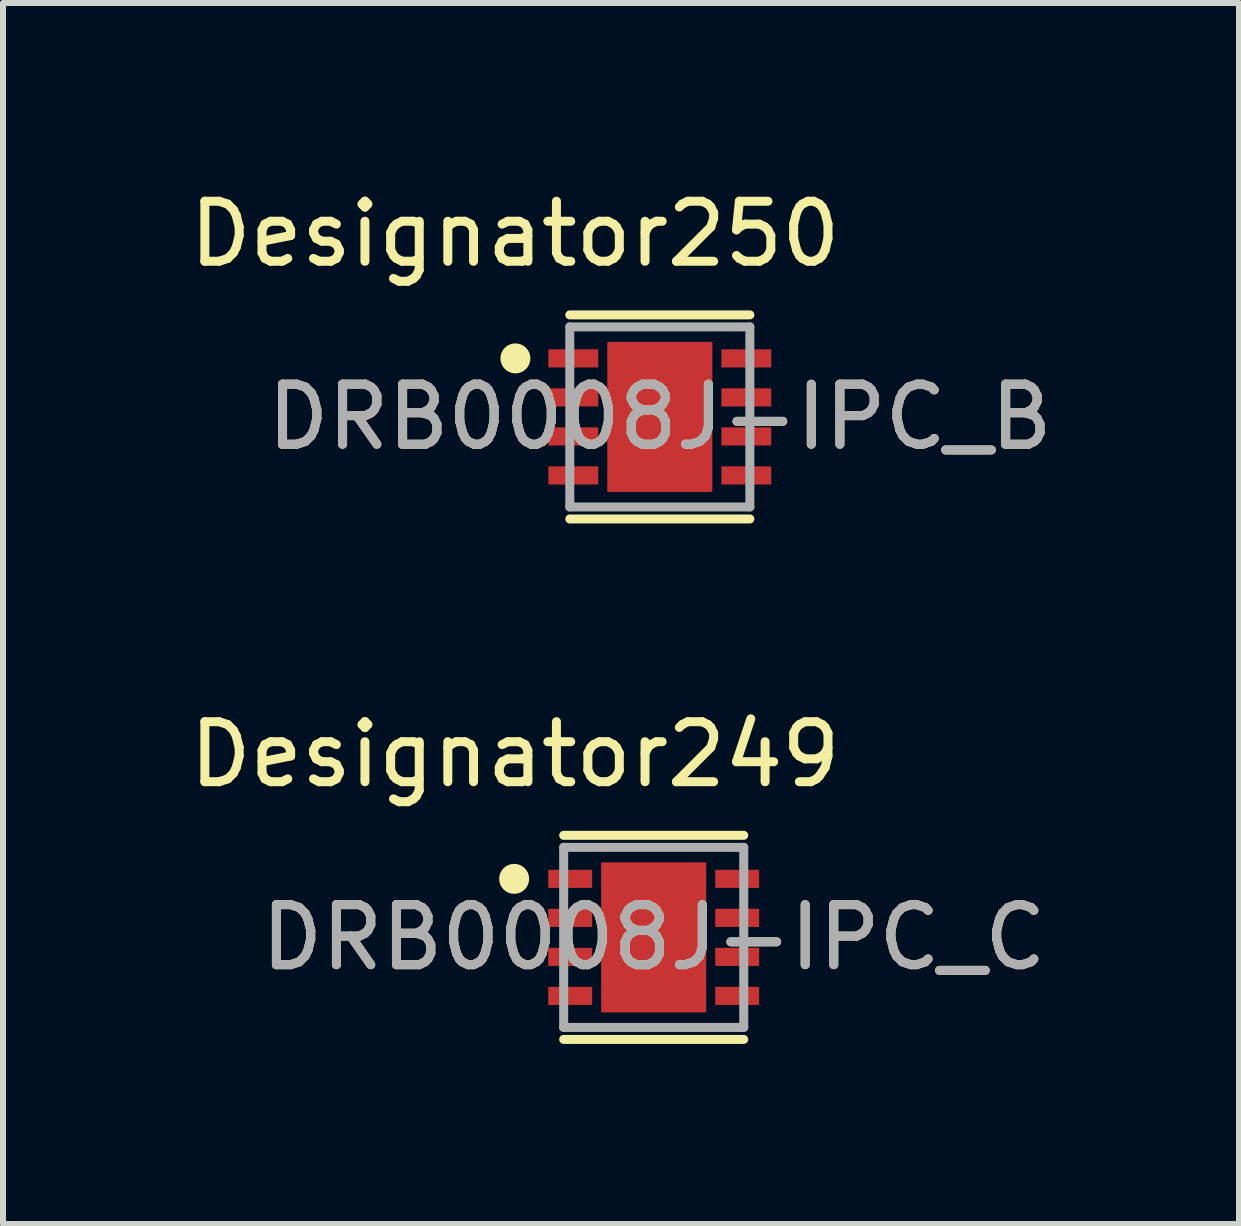
<source format=kicad_pcb>
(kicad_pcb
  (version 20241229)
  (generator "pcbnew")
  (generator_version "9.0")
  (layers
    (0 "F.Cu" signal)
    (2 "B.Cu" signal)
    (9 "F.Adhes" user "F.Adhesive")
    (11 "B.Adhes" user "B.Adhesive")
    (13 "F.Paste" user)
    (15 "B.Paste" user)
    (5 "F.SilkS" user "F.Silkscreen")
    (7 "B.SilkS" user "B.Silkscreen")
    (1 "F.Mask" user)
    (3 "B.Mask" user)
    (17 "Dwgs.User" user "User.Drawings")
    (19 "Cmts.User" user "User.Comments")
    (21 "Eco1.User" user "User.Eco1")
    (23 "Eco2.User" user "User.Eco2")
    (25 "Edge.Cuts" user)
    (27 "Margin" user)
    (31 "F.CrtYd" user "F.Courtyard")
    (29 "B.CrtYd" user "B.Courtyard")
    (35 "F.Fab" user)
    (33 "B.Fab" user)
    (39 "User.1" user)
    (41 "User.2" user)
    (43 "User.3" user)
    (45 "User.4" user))
  (footprint "DRB0008J-IPC_C"
    (layer "F.Cu")
    (at 7.841 12.567)
    (property "Reference" "DRB0008J-IPC_C" (at 0 0 0) (unlocked yes) (layer "F.SilkS") (effects (font (size 1 1) (thickness 0.15))))
    (attr smd)
    (fp_line (start -1.5 -1.7) (end 1.5 -1.7) (stroke (width 0.15) (type solid)) (layer "F.SilkS"))
    (fp_line (start -1.5 1.7) (end 1.5 1.7) (stroke (width 0.15) (type solid)) (layer "F.SilkS"))
    (fp_circle (center -2.325 -0.975) (end -2.2 -0.975) (stroke (width 0.25) (type solid)) (fill no) (layer "F.SilkS"))
    (fp_poly (pts (xy -0.5 0.875) (xy 0.5 0.875) (xy 0.5 -0.875) (xy -0.5 -0.875)) (stroke (width 0) (type solid)) (fill yes) (layer "F.Paste"))
    (fp_line (start -1.5 -1.5) (end 1.5 -1.5) (stroke (width 0.15) (type solid)) (layer "F.Fab"))
    (fp_line (start -1.5 1.5) (end -1.5 -1.5) (stroke (width 0.15) (type solid)) (layer "F.Fab"))
    (fp_line (start -1.5 1.5) (end 1.5 1.5) (stroke (width 0.15) (type solid)) (layer "F.Fab"))
    (fp_line (start 1.5 1.5) (end 1.5 -1.5) (stroke (width 0.15) (type solid)) (layer "F.Fab"))
    (fp_text user "Designator249" (at -2.311 -3.048 0) (unlocked yes) (layer "F.SilkS") (effects (font (size 1 1) (thickness 0.15))))
    (fp_text user "${REFERENCE}" (at 0 0 0) (unlocked yes) (layer "F.Fab") (effects (font (size 1 1) (thickness 0.15))))
    (pad "1" smd rect (at -1.391 -0.975) (size 0.731 0.302) (layers "F.Cu" "F.Mask" "F.Paste"))
    (pad "2" smd rect (at -1.391 -0.325) (size 0.731 0.302) (layers "F.Cu" "F.Mask" "F.Paste"))
    (pad "3" smd rect (at -1.391 0.325) (size 0.731 0.302) (layers "F.Cu" "F.Mask" "F.Paste"))
    (pad "4" smd rect (at -1.391 0.975) (size 0.731 0.302) (layers "F.Cu" "F.Mask" "F.Paste"))
    (pad "5" smd rect (at 1.391 0.975) (size 0.731 0.302) (layers "F.Cu" "F.Mask" "F.Paste"))
    (pad "6" smd rect (at 1.391 0.325) (size 0.731 0.302) (layers "F.Cu" "F.Mask" "F.Paste"))
    (pad "7" smd rect (at 1.391 -0.325) (size 0.731 0.302) (layers "F.Cu" "F.Mask" "F.Paste"))
    (pad "8" smd rect (at 1.391 -0.975) (size 0.731 0.302) (layers "F.Cu" "F.Mask" "F.Paste"))
    (pad "9" smd rect (at 0 0) (size 1.75 2.5) (layers "F.Cu" "F.Mask")))
  (footprint "DRB0008J-IPC_B"
    (layer "F.Cu")
    (at 7.943 3.896)
    (property "Reference" "DRB0008J-IPC_B" (at 0 0 0) (unlocked yes) (layer "F.SilkS") (effects (font (size 1 1) (thickness 0.15))))
    (attr smd)
    (fp_line (start -1.5 -1.7) (end 1.5 -1.7) (stroke (width 0.15) (type solid)) (layer "F.SilkS"))
    (fp_line (start -1.5 1.7) (end 1.5 1.7) (stroke (width 0.15) (type solid)) (layer "F.SilkS"))
    (fp_circle (center -2.406 -0.975) (end -2.281 -0.975) (stroke (width 0.25) (type solid)) (fill no) (layer "F.SilkS"))
    (fp_poly (pts (xy -0.5 0.875) (xy 0.5 0.875) (xy 0.5 -0.875) (xy -0.5 -0.875)) (stroke (width 0) (type solid)) (fill yes) (layer "F.Paste"))
    (fp_line (start -1.5 -1.5) (end 1.5 -1.5) (stroke (width 0.15) (type solid)) (layer "F.Fab"))
    (fp_line (start -1.5 1.5) (end -1.5 -1.5) (stroke (width 0.15) (type solid)) (layer "F.Fab"))
    (fp_line (start -1.5 1.5) (end 1.5 1.5) (stroke (width 0.15) (type solid)) (layer "F.Fab"))
    (fp_line (start 1.5 1.5) (end 1.5 -1.5) (stroke (width 0.15) (type solid)) (layer "F.Fab"))
    (fp_text user "Designator250" (at -2.413 -3.048 0) (unlocked yes) (layer "F.SilkS") (effects (font (size 1 1) (thickness 0.15))))
    (fp_text user "${REFERENCE}" (at 0 0 0) (unlocked yes) (layer "F.Fab") (effects (font (size 1 1) (thickness 0.15))))
    (pad "1" smd rect (at -1.441 -0.975) (size 0.831 0.302) (layers "F.Cu" "F.Mask" "F.Paste"))
    (pad "2" smd rect (at -1.441 -0.325) (size 0.831 0.302) (layers "F.Cu" "F.Mask" "F.Paste"))
    (pad "3" smd rect (at -1.441 0.325) (size 0.831 0.302) (layers "F.Cu" "F.Mask" "F.Paste"))
    (pad "4" smd rect (at -1.441 0.975) (size 0.831 0.302) (layers "F.Cu" "F.Mask" "F.Paste"))
    (pad "5" smd rect (at 1.441 0.975) (size 0.831 0.302) (layers "F.Cu" "F.Mask" "F.Paste"))
    (pad "6" smd rect (at 1.441 0.325) (size 0.831 0.302) (layers "F.Cu" "F.Mask" "F.Paste"))
    (pad "7" smd rect (at 1.441 -0.325) (size 0.831 0.302) (layers "F.Cu" "F.Mask" "F.Paste"))
    (pad "8" smd rect (at 1.441 -0.975) (size 0.831 0.302) (layers "F.Cu" "F.Mask" "F.Paste"))
    (pad "9" smd rect (at 0 0) (size 1.75 2.5) (layers "F.Cu" "F.Mask")))
  (gr_rect
    (start -3 -3)
    (end 17.592 17.342)
    (stroke (width 0.1) (type default))
    (fill no)
    (layer "Edge.Cuts")))
</source>
